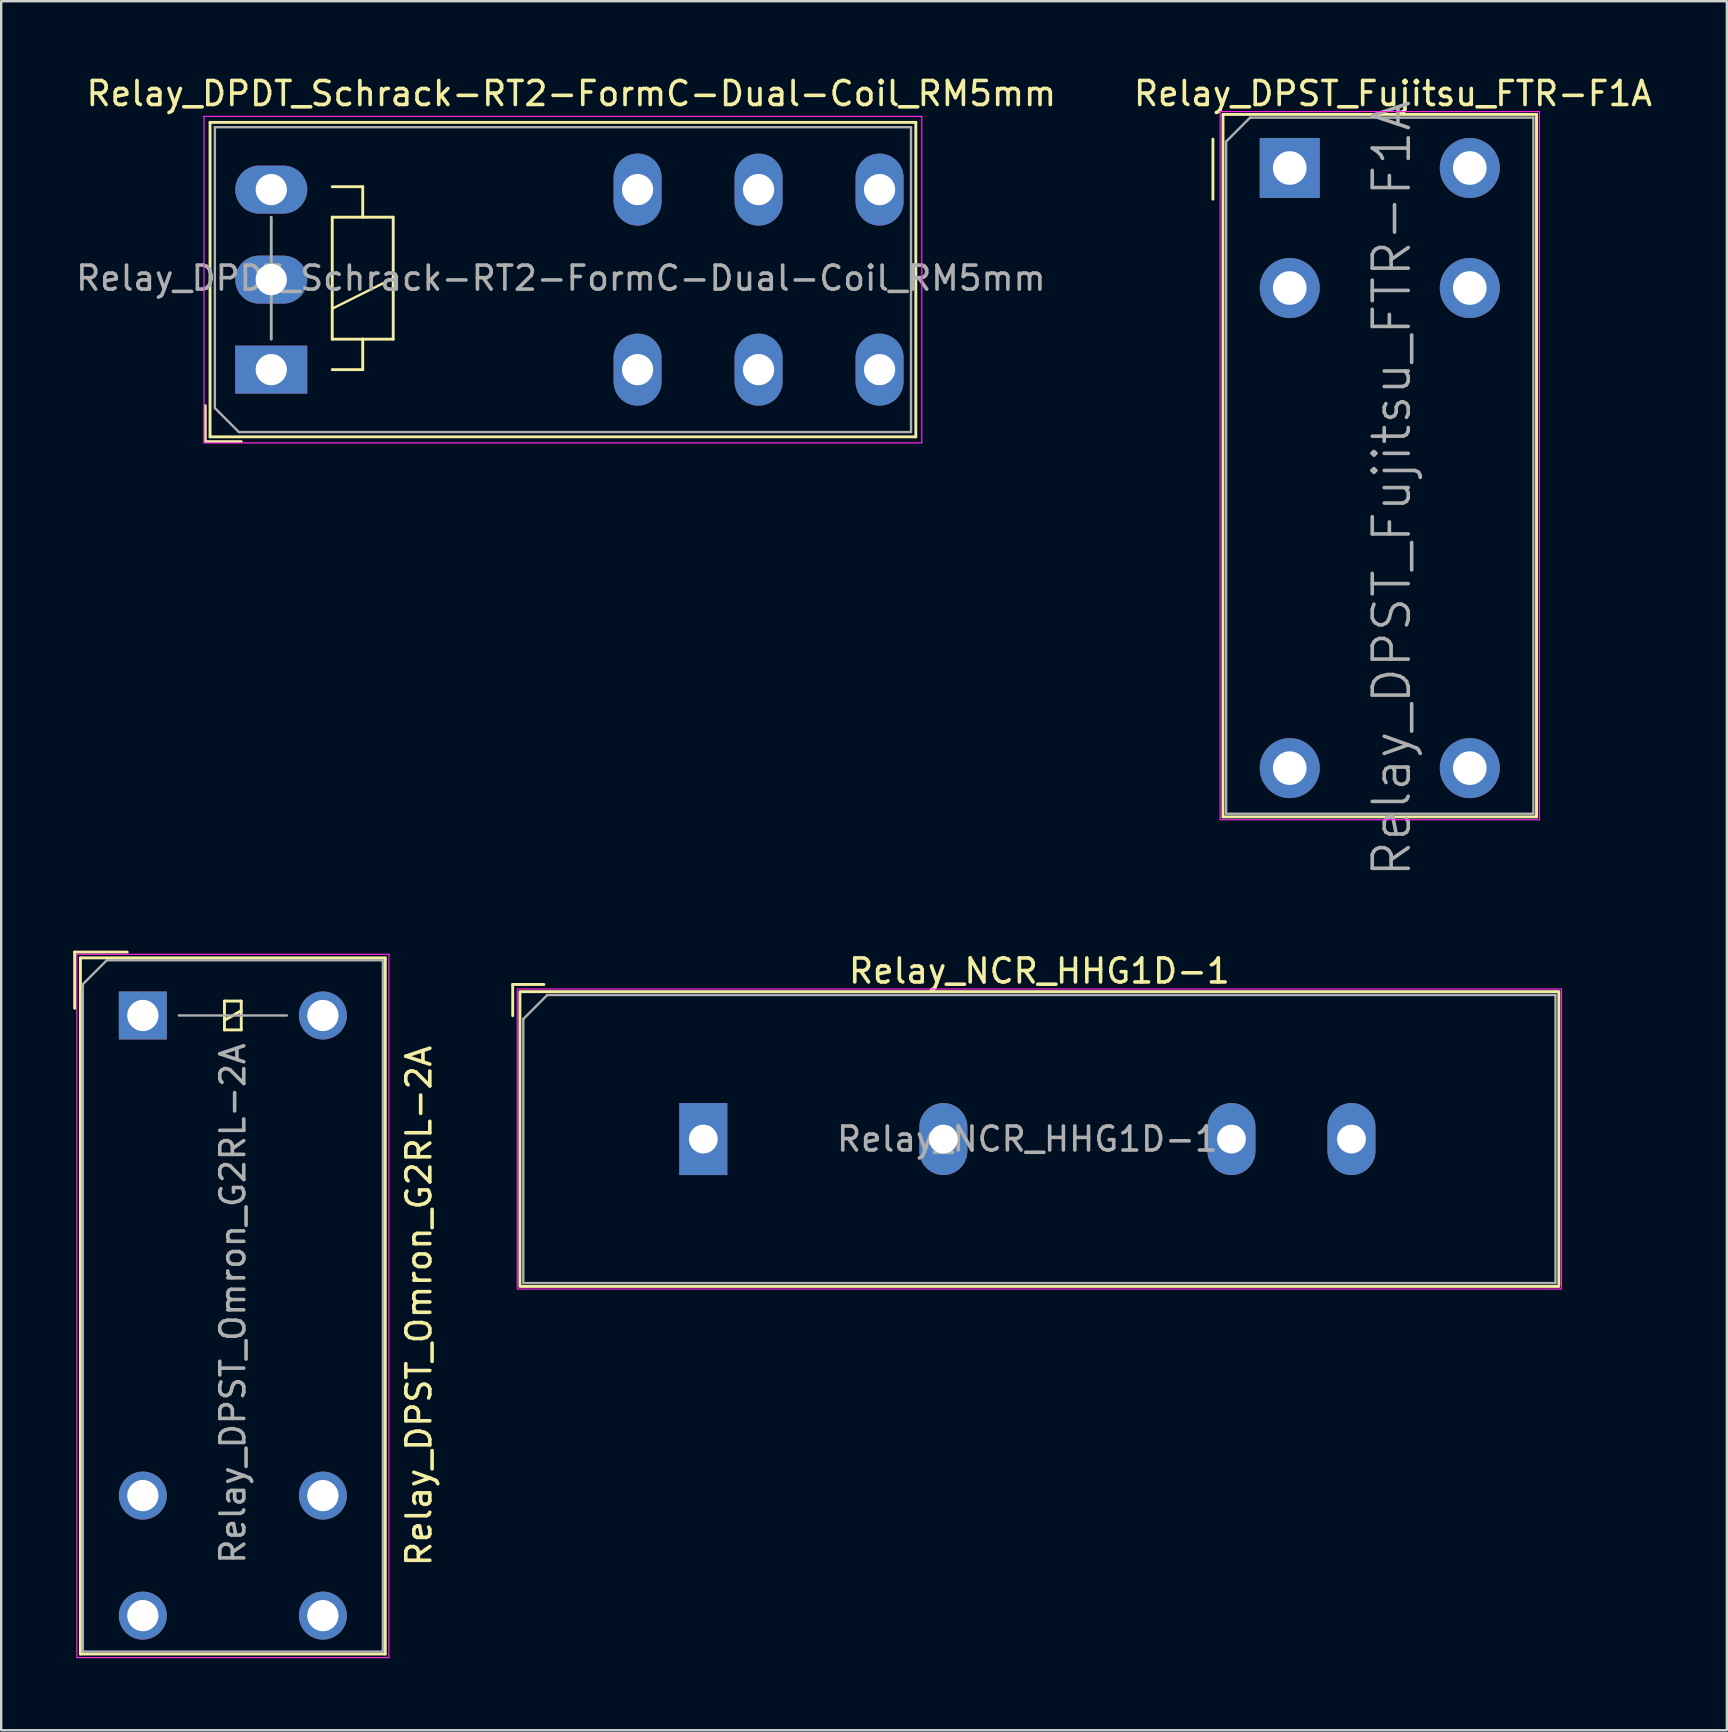
<source format=kicad_pcb>
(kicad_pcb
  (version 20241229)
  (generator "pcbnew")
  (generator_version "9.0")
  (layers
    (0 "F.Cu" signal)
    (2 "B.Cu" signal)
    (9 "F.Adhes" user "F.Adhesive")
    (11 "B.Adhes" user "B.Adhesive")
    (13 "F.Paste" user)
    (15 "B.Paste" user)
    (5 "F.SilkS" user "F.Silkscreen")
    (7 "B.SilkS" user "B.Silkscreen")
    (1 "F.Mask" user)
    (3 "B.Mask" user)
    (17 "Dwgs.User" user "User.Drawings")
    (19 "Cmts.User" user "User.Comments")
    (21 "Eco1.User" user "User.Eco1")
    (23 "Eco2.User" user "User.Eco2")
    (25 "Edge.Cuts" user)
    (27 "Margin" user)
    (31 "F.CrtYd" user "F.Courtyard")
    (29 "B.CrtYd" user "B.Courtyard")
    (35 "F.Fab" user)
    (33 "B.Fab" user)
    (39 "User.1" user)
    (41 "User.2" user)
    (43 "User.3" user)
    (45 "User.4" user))
  (footprint "Relay_DPST_Omron_G2RL-2A"
    (layer "F.Cu")
    (at 2.9 39.252)
    (property "Reference" "Relay_DPST_Omron_G2RL-2A" (at 11.5 12.1 90) (layer "F.SilkS") (effects (font (size 1 1) (thickness 0.15))))
    (attr through_hole)
    (fp_line (start -2.84 -2.64) (end -0.65 -2.64) (stroke (width 0.12) (type solid)) (layer "F.SilkS"))
    (fp_line (start -2.84 -0.3) (end -2.84 -2.64) (stroke (width 0.12) (type solid)) (layer "F.SilkS"))
    (fp_line (start -2.6 -2.4) (end -2.6 26.6) (stroke (width 0.12) (type solid)) (layer "F.SilkS"))
    (fp_line (start -2.6 26.6) (end 10.1 26.6) (stroke (width 0.12) (type solid)) (layer "F.SilkS"))
    (fp_line (start 3.4 -0.6) (end 3.4 0.6) (stroke (width 0.12) (type solid)) (layer "F.SilkS"))
    (fp_line (start 3.4 0.2) (end 4.1 -0.2) (stroke (width 0.12) (type solid)) (layer "F.SilkS"))
    (fp_line (start 3.4 0.6) (end 4.1 0.6) (stroke (width 0.12) (type solid)) (layer "F.SilkS"))
    (fp_line (start 4.1 -0.6) (end 3.4 -0.6) (stroke (width 0.12) (type solid)) (layer "F.SilkS"))
    (fp_line (start 4.1 0.6) (end 4.1 -0.6) (stroke (width 0.12) (type solid)) (layer "F.SilkS"))
    (fp_line (start 10.1 -2.4) (end -2.6 -2.4) (stroke (width 0.12) (type solid)) (layer "F.SilkS"))
    (fp_line (start 10.1 26.6) (end 10.1 -2.4) (stroke (width 0.12) (type solid)) (layer "F.SilkS"))
    (fp_line (start -2.75 -2.55) (end -2.75 26.75) (stroke (width 0.05) (type solid)) (layer "F.CrtYd"))
    (fp_line (start -2.75 26.75) (end 10.25 26.75) (stroke (width 0.05) (type solid)) (layer "F.CrtYd"))
    (fp_line (start 10.25 -2.55) (end -2.75 -2.55) (stroke (width 0.05) (type solid)) (layer "F.CrtYd"))
    (fp_line (start 10.25 26.75) (end 10.25 -2.55) (stroke (width 0.05) (type solid)) (layer "F.CrtYd"))
    (fp_line (start -2.5 -1.3) (end -2.5 26.5) (stroke (width 0.1) (type solid)) (layer "F.Fab"))
    (fp_line (start -2.5 26.5) (end 10 26.5) (stroke (width 0.1) (type solid)) (layer "F.Fab"))
    (fp_line (start -1.5 -2.3) (end -2.5 -1.3) (stroke (width 0.1) (type solid)) (layer "F.Fab"))
    (fp_line (start 1.5 0) (end 6 0) (stroke (width 0.1) (type solid)) (layer "F.Fab"))
    (fp_line (start 10 -2.3) (end -1.5 -2.3) (stroke (width 0.1) (type solid)) (layer "F.Fab"))
    (fp_line (start 10 26.5) (end 10 -2.3) (stroke (width 0.1) (type solid)) (layer "F.Fab"))
    (fp_text user "${REFERENCE}" (at 3.75 12 90) (layer "F.Fab") (effects (font (size 1 1) (thickness 0.15))))
    (pad "13" thru_hole circle (at 0 20) (size 2 2) (drill 1.3) (layers "*.Cu" "*.Mask"))
    (pad "14" thru_hole circle (at 0 25) (size 2 2) (drill 1.3) (layers "*.Cu" "*.Mask"))
    (pad "23" thru_hole circle (at 7.5 20) (size 2 2) (drill 1.3) (layers "*.Cu" "*.Mask"))
    (pad "24" thru_hole circle (at 7.5 25) (size 2 2) (drill 1.3) (layers "*.Cu" "*.Mask"))
    (pad "A1" thru_hole rect (at 0 0) (size 2 2) (drill 1.3) (layers "*.Cu" "*.Mask"))
    (pad "A2" thru_hole circle (at 7.5 0) (size 2 2) (drill 1.3) (layers "*.Cu" "*.Mask")))
  (footprint "Relay_DPDT_Schrack-RT2-FormC-Dual-Coil_RM5mm"
    (layer "F.Cu")
    (at 8.25 12.348)
    (property "Reference" "Relay_DPDT_Schrack-RT2-FormC-Dual-Coil_RM5mm" (at 12.5 -11.5 0) (layer "F.SilkS") (effects (font (size 1 1) (thickness 0.15))))
    (attr through_hole)
    (fp_line (start -2.75 1.5) (end -2.75 3) (stroke (width 0.12) (type solid)) (layer "F.SilkS"))
    (fp_line (start -2.75 3) (end -1.25 3) (stroke (width 0.12) (type solid)) (layer "F.SilkS"))
    (fp_line (start -2.55 -10.3) (end -2.55 2.8) (stroke (width 0.12) (type solid)) (layer "F.SilkS"))
    (fp_line (start -2.55 2.8) (end 26.85 2.8) (stroke (width 0.12) (type solid)) (layer "F.SilkS"))
    (fp_line (start 2.54 -6.35) (end 2.54 -1.27) (stroke (width 0.12) (type solid)) (layer "F.SilkS"))
    (fp_line (start 2.54 -2.54) (end 5.08 -3.81) (stroke (width 0.1) (type solid)) (layer "F.SilkS"))
    (fp_line (start 2.54 -1.27) (end 3.81 -1.27) (stroke (width 0.12) (type solid)) (layer "F.SilkS"))
    (fp_line (start 2.54 0) (end 3.81 0) (stroke (width 0.12) (type solid)) (layer "F.SilkS"))
    (fp_line (start 3.81 -7.62) (end 2.54 -7.62) (stroke (width 0.12) (type solid)) (layer "F.SilkS"))
    (fp_line (start 3.81 -6.35) (end 3.81 -7.62) (stroke (width 0.12) (type solid)) (layer "F.SilkS"))
    (fp_line (start 3.81 -1.27) (end 5.08 -1.27) (stroke (width 0.12) (type solid)) (layer "F.SilkS"))
    (fp_line (start 3.81 0) (end 3.81 -1.27) (stroke (width 0.12) (type solid)) (layer "F.SilkS"))
    (fp_line (start 5.08 -6.35) (end 2.54 -6.35) (stroke (width 0.12) (type solid)) (layer "F.SilkS"))
    (fp_line (start 5.08 -1.27) (end 5.08 -6.35) (stroke (width 0.12) (type solid)) (layer "F.SilkS"))
    (fp_line (start 26.85 -10.3) (end -2.55 -10.3) (stroke (width 0.12) (type solid)) (layer "F.SilkS"))
    (fp_line (start 26.85 2.8) (end 26.85 -10.3) (stroke (width 0.12) (type solid)) (layer "F.SilkS"))
    (fp_line (start -2.8 -10.55) (end -2.8 3.05) (stroke (width 0.05) (type solid)) (layer "F.CrtYd"))
    (fp_line (start -2.8 3.05) (end 27.1 3.05) (stroke (width 0.05) (type solid)) (layer "F.CrtYd"))
    (fp_line (start 27.1 -10.55) (end -2.8 -10.55) (stroke (width 0.05) (type solid)) (layer "F.CrtYd"))
    (fp_line (start 27.1 3.05) (end 27.1 -10.55) (stroke (width 0.05) (type solid)) (layer "F.CrtYd"))
    (fp_line (start -2.35 -10.1) (end -2.35 1.6) (stroke (width 0.1) (type solid)) (layer "F.Fab"))
    (fp_line (start -2.35 1.6) (end -1.35 2.6) (stroke (width 0.1) (type solid)) (layer "F.Fab"))
    (fp_line (start -1.35 2.6) (end 26.65 2.6) (stroke (width 0.1) (type solid)) (layer "F.Fab"))
    (fp_line (start 0 -1.27) (end 0 -6.35) (stroke (width 0.12) (type solid)) (layer "F.Fab"))
    (fp_line (start 26.65 -10.1) (end -2.35 -10.1) (stroke (width 0.1) (type solid)) (layer "F.Fab"))
    (fp_line (start 26.65 2.6) (end 26.65 -10.1) (stroke (width 0.1) (type solid)) (layer "F.Fab"))
    (fp_text user "${REFERENCE}" (at 12.065 -3.81 180) (layer "F.Fab") (effects (font (size 1 1) (thickness 0.15))))
    (pad "11" thru_hole oval (at 20.3 0 180) (size 2 3) (drill 1.3) (layers "*.Cu" "*.Mask"))
    (pad "12" thru_hole oval (at 15.26 0 180) (size 2 3) (drill 1.3) (layers "*.Cu" "*.Mask"))
    (pad "14" thru_hole oval (at 25.34 0 180) (size 2 3) (drill 1.3) (layers "*.Cu" "*.Mask"))
    (pad "21" thru_hole oval (at 20.3 -7.5 180) (size 2 3) (drill 1.3) (layers "*.Cu" "*.Mask"))
    (pad "22" thru_hole oval (at 15.26 -7.5 180) (size 2 3) (drill 1.3) (layers "*.Cu" "*.Mask"))
    (pad "24" thru_hole oval (at 25.34 -7.5 180) (size 2 3) (drill 1.3) (layers "*.Cu" "*.Mask"))
    (pad "A1" thru_hole rect (at 0 0 180) (size 3 2) (drill 1.3) (layers "*.Cu" "*.Mask"))
    (pad "A2" thru_hole oval (at 0 -7.5 180) (size 3 2) (drill 1.3) (layers "*.Cu" "*.Mask"))
    (pad "A3" thru_hole oval (at 0 -3.75 180) (size 3 2) (drill 1.3) (layers "*.Cu" "*.Mask")))
  (footprint "Relay_DPST_Fujitsu_FTR-F1A"
    (layer "F.Cu")
    (at 50.677 3.948)
    (property "Reference" "Relay_DPST_Fujitsu_FTR-F1A" (at 4.3 -3.1 0) (layer "F.SilkS") (effects (font (size 1 1) (thickness 0.15))))
    (attr through_hole)
    (fp_line (start -3.2 -1.2) (end -3.2 1.3) (stroke (width 0.12) (type solid)) (layer "F.SilkS"))
    (fp_line (start -2.78 -2.23) (end 10.28 -2.23) (stroke (width 0.12) (type solid)) (layer "F.SilkS"))
    (fp_line (start -2.78 27.03) (end -2.78 -2.23) (stroke (width 0.12) (type solid)) (layer "F.SilkS"))
    (fp_line (start 10.28 -2.23) (end 10.28 27.03) (stroke (width 0.12) (type solid)) (layer "F.SilkS"))
    (fp_line (start 10.28 27.03) (end -2.78 27.03) (stroke (width 0.12) (type solid)) (layer "F.SilkS"))
    (fp_line (start -2.9 -2.35) (end 10.4 -2.35) (stroke (width 0.05) (type solid)) (layer "F.CrtYd"))
    (fp_line (start -2.9 27.15) (end -2.9 -2.35) (stroke (width 0.05) (type solid)) (layer "F.CrtYd"))
    (fp_line (start 10.4 -2.35) (end 10.4 27.15) (stroke (width 0.05) (type solid)) (layer "F.CrtYd"))
    (fp_line (start 10.4 27.15) (end -2.9 27.15) (stroke (width 0.05) (type solid)) (layer "F.CrtYd"))
    (fp_line (start -2.65 -1.1) (end -2.65 26.9) (stroke (width 0.1) (type solid)) (layer "F.Fab"))
    (fp_line (start -2.65 26.9) (end 10.15 26.9) (stroke (width 0.1) (type solid)) (layer "F.Fab"))
    (fp_line (start -1.65 -2.1) (end -2.65 -1.1) (stroke (width 0.1) (type solid)) (layer "F.Fab"))
    (fp_line (start -1.65 -2.1) (end 10.15 -2.1) (stroke (width 0.1) (type solid)) (layer "F.Fab"))
    (fp_line (start 10.15 -2.1) (end 10.15 26.9) (stroke (width 0.1) (type solid)) (layer "F.Fab"))
    (fp_text user "${REFERENCE}" (at 4.25 13.35 270) (layer "F.Fab") (effects (font (size 1.5 1.5) (thickness 0.15))))
    (pad "1" thru_hole rect (at 0 0 270) (size 2.5 2.5) (drill 1.4) (layers "*.Cu" "*.Mask"))
    (pad "2" thru_hole circle (at 0 5 270) (size 2.5 2.5) (drill 1.4) (layers "*.Cu" "*.Mask"))
    (pad "4" thru_hole circle (at 0 25 270) (size 2.5 2.5) (drill 1.4) (layers "*.Cu" "*.Mask"))
    (pad "5" thru_hole circle (at 7.5 25 270) (size 2.5 2.5) (drill 1.4) (layers "*.Cu" "*.Mask"))
    (pad "7" thru_hole circle (at 7.5 5 270) (size 2.5 2.5) (drill 1.4) (layers "*.Cu" "*.Mask"))
    (pad "8" thru_hole circle (at 7.5 0 270) (size 2.5 2.5) (drill 1.4) (layers "*.Cu" "*.Mask")))
  (footprint "Relay_NCR_HHG1D-1"
    (layer "F.Cu")
    (at 26.248 44.4)
    (property "Reference" "Relay_NCR_HHG1D-1" (at 14 -7 0) (layer "F.SilkS") (effects (font (size 1 1) (thickness 0.15))))
    (attr through_hole)
    (fp_line (start -7.94 -6.44) (end -7.94 -5.14) (stroke (width 0.12) (type default)) (layer "F.SilkS"))
    (fp_line (start -7.94 -6.44) (end -6.64 -6.44) (stroke (width 0.12) (type default)) (layer "F.SilkS"))
    (fp_rect (start -7.64 -6.14) (end 35.64 6.14) (stroke (width 0.12) (type default)) (fill no) (layer "F.SilkS"))
    (fp_rect (start -7.75 -6.25) (end 35.75 6.25) (stroke (width 0.05) (type default)) (fill no) (layer "F.CrtYd"))
    (fp_line (start -7.5 6) (end -7.5 -5) (stroke (width 0.1) (type default)) (layer "F.Fab"))
    (fp_line (start -6.5 -6) (end -7.5 -5) (stroke (width 0.1) (type solid)) (layer "F.Fab"))
    (fp_line (start 35.5 -6) (end -6.5 -6) (stroke (width 0.1) (type default)) (layer "F.Fab"))
    (fp_line (start 35.5 6) (end -7.5 6) (stroke (width 0.1) (type default)) (layer "F.Fab"))
    (fp_line (start 35.5 6) (end 35.5 -6) (stroke (width 0.1) (type default)) (layer "F.Fab"))
    (fp_text user "${REFERENCE}" (at 13.5 0 0) (layer "F.Fab") (effects (font (size 1 1) (thickness 0.15))))
    (pad "1" thru_hole rect (at 0 0) (size 2 3) (drill 1.2) (layers "*.Cu" "*.Mask"))
    (pad "2" thru_hole oval (at 10 0) (size 2 3) (drill 1.2) (layers "*.Cu" "*.Mask"))
    (pad "3" thru_hole oval (at 22 0) (size 2 3) (drill 1.2) (layers "*.Cu" "*.Mask"))
    (pad "4" thru_hole oval (at 27 0) (size 2 3) (drill 1.2) (layers "*.Cu" "*.Mask")))
  (gr_rect
    (start -3 -3)
    (end 68.887 69.027)
    (stroke (width 0.1) (type default))
    (fill no)
    (layer "Edge.Cuts")))
</source>
